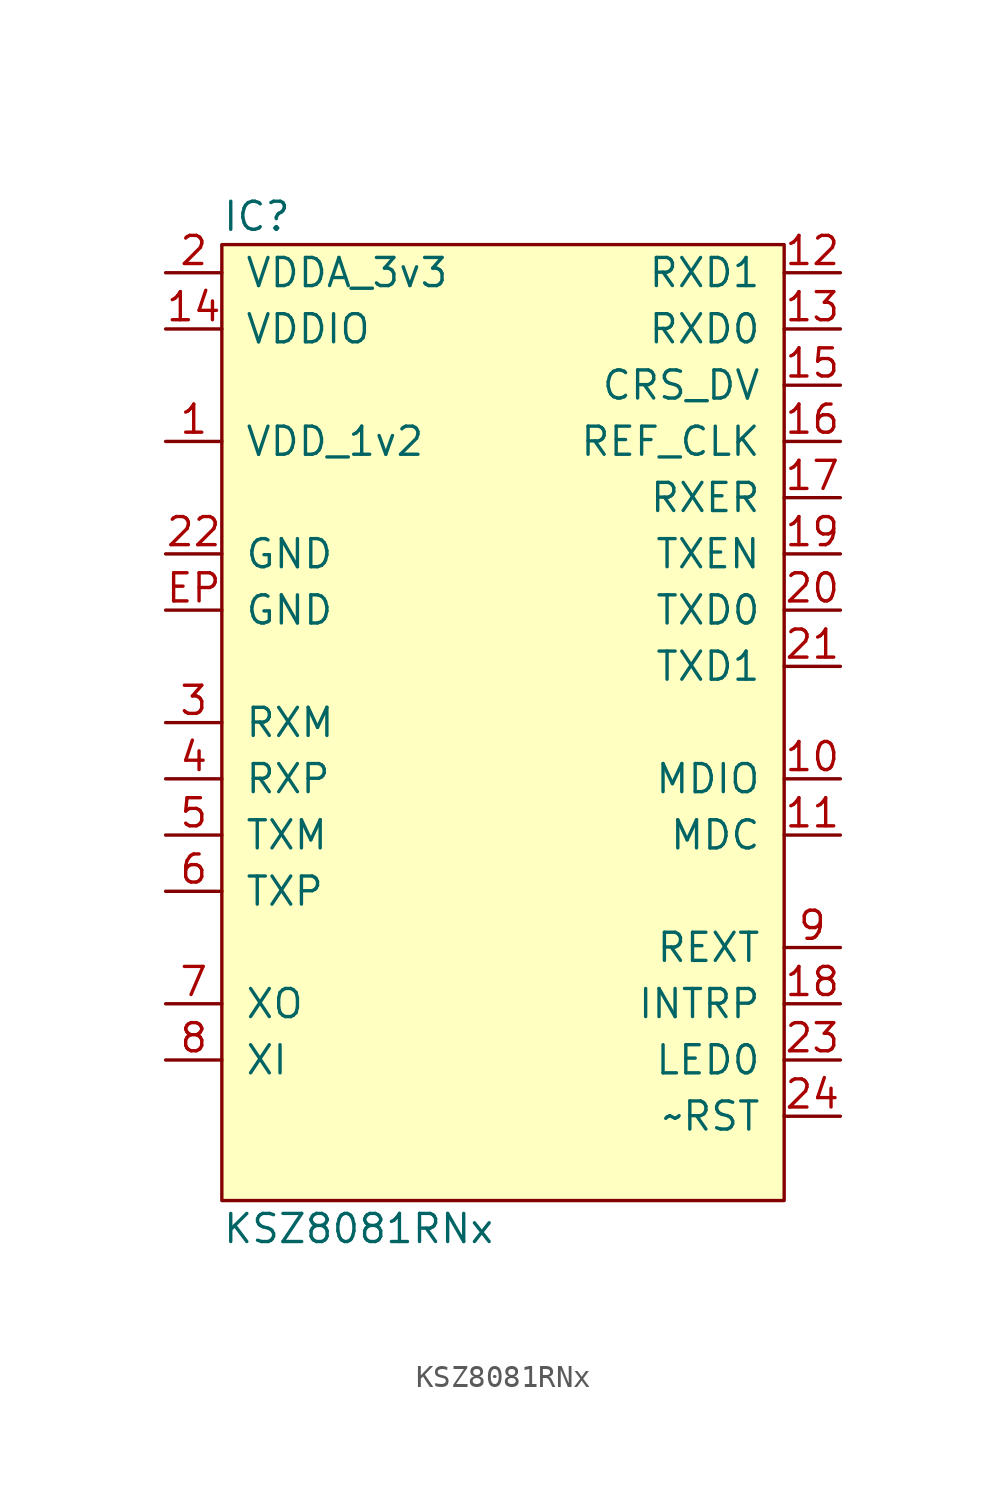
<source format=kicad_sym>
(kicad_symbol_lib
  (version 20211014)
  (generator agg_kicad.build_lib_ic)
  (symbol "KSZ8081RNx"
    (pin_names
      (offset 1.016))
    (property Reference IC
      (at -12.7 22.86 0)
      (effects (font (size 1.27 1.27)) (justify left)))
    (property Value "KSZ8081RNx"
      (at -12.7 -22.86 0)
      (effects (font (size 1.27 1.27)) (justify left)))
    (symbol "KSZ8081RNx_0_0"
      (rectangle (start -12.7 21.59) (end 12.7 -21.59) (stroke (width 0) (type default) (color 0 0 0 0)) (fill (type background)))
      (pin power_in line (at -15.24 20.32 0) (length 2.54) (name "VDDA_3v3" (effects (font (size 1.27 1.27)))) (number "2" (effects (font (size 1.27 1.27)))))
      (pin power_in line (at -15.24 17.78 0) (length 2.54) (name VDDIO (effects (font (size 1.27 1.27)))) (number "14" (effects (font (size 1.27 1.27)))))
      (pin power_out line (at -15.24 12.7 0) (length 2.54) (name "VDD_1v2" (effects (font (size 1.27 1.27)))) (number "1" (effects (font (size 1.27 1.27)))))
      (pin power_in line (at -15.24 7.62 0) (length 2.54) (name GND (effects (font (size 1.27 1.27)))) (number "22" (effects (font (size 1.27 1.27)))))
      (pin power_in line (at -15.24 5.08 0) (length 2.54) (name GND (effects (font (size 1.27 1.27)))) (number EP (effects (font (size 1.27 1.27)))))
      (pin bidirectional line (at -15.24 0 0) (length 2.54) (name RXM (effects (font (size 1.27 1.27)))) (number "3" (effects (font (size 1.27 1.27)))))
      (pin bidirectional line (at -15.24 -2.54 0) (length 2.54) (name RXP (effects (font (size 1.27 1.27)))) (number "4" (effects (font (size 1.27 1.27)))))
      (pin bidirectional line (at -15.24 -5.08 0) (length 2.54) (name TXM (effects (font (size 1.27 1.27)))) (number "5" (effects (font (size 1.27 1.27)))))
      (pin bidirectional line (at -15.24 -7.62 0) (length 2.54) (name TXP (effects (font (size 1.27 1.27)))) (number "6" (effects (font (size 1.27 1.27)))))
      (pin output line (at -15.24 -12.7 0) (length 2.54) (name XO (effects (font (size 1.27 1.27)))) (number "7" (effects (font (size 1.27 1.27)))))
      (pin input line (at -15.24 -15.24 0) (length 2.54) (name XI (effects (font (size 1.27 1.27)))) (number "8" (effects (font (size 1.27 1.27)))))
      (pin output line (at 15.24 20.32 180) (length 2.54) (name "RXD1" (effects (font (size 1.27 1.27)))) (number "12" (effects (font (size 1.27 1.27)))))
      (pin output line (at 15.24 17.78 180) (length 2.54) (name "RXD0" (effects (font (size 1.27 1.27)))) (number "13" (effects (font (size 1.27 1.27)))))
      (pin bidirectional line (at 15.24 15.24 180) (length 2.54) (name CRS_DV (effects (font (size 1.27 1.27)))) (number "15" (effects (font (size 1.27 1.27)))))
      (pin output line (at 15.24 12.7 180) (length 2.54) (name REF_CLK (effects (font (size 1.27 1.27)))) (number "16" (effects (font (size 1.27 1.27)))))
      (pin output line (at 15.24 10.16 180) (length 2.54) (name RXER (effects (font (size 1.27 1.27)))) (number "17" (effects (font (size 1.27 1.27)))))
      (pin input line (at 15.24 7.62 180) (length 2.54) (name TXEN (effects (font (size 1.27 1.27)))) (number "19" (effects (font (size 1.27 1.27)))))
      (pin input line (at 15.24 5.08 180) (length 2.54) (name "TXD0" (effects (font (size 1.27 1.27)))) (number "20" (effects (font (size 1.27 1.27)))))
      (pin input line (at 15.24 2.54 180) (length 2.54) (name "TXD1" (effects (font (size 1.27 1.27)))) (number "21" (effects (font (size 1.27 1.27)))))
      (pin bidirectional line (at 15.24 -2.54 180) (length 2.54) (name MDIO (effects (font (size 1.27 1.27)))) (number "10" (effects (font (size 1.27 1.27)))))
      (pin input line (at 15.24 -5.08 180) (length 2.54) (name MDC (effects (font (size 1.27 1.27)))) (number "11" (effects (font (size 1.27 1.27)))))
      (pin input line (at 15.24 -10.16 180) (length 2.54) (name REXT (effects (font (size 1.27 1.27)))) (number "9" (effects (font (size 1.27 1.27)))))
      (pin output line (at 15.24 -12.7 180) (length 2.54) (name INTRP (effects (font (size 1.27 1.27)))) (number "18" (effects (font (size 1.27 1.27)))))
      (pin output line (at 15.24 -15.24 180) (length 2.54) (name "LED0" (effects (font (size 1.27 1.27)))) (number "23" (effects (font (size 1.27 1.27)))))
      (pin input line (at 15.24 -17.78 180) (length 2.54) (name "~RST" (effects (font (size 1.27 1.27)))) (number "24" (effects (font (size 1.27 1.27))))))))
</source>
